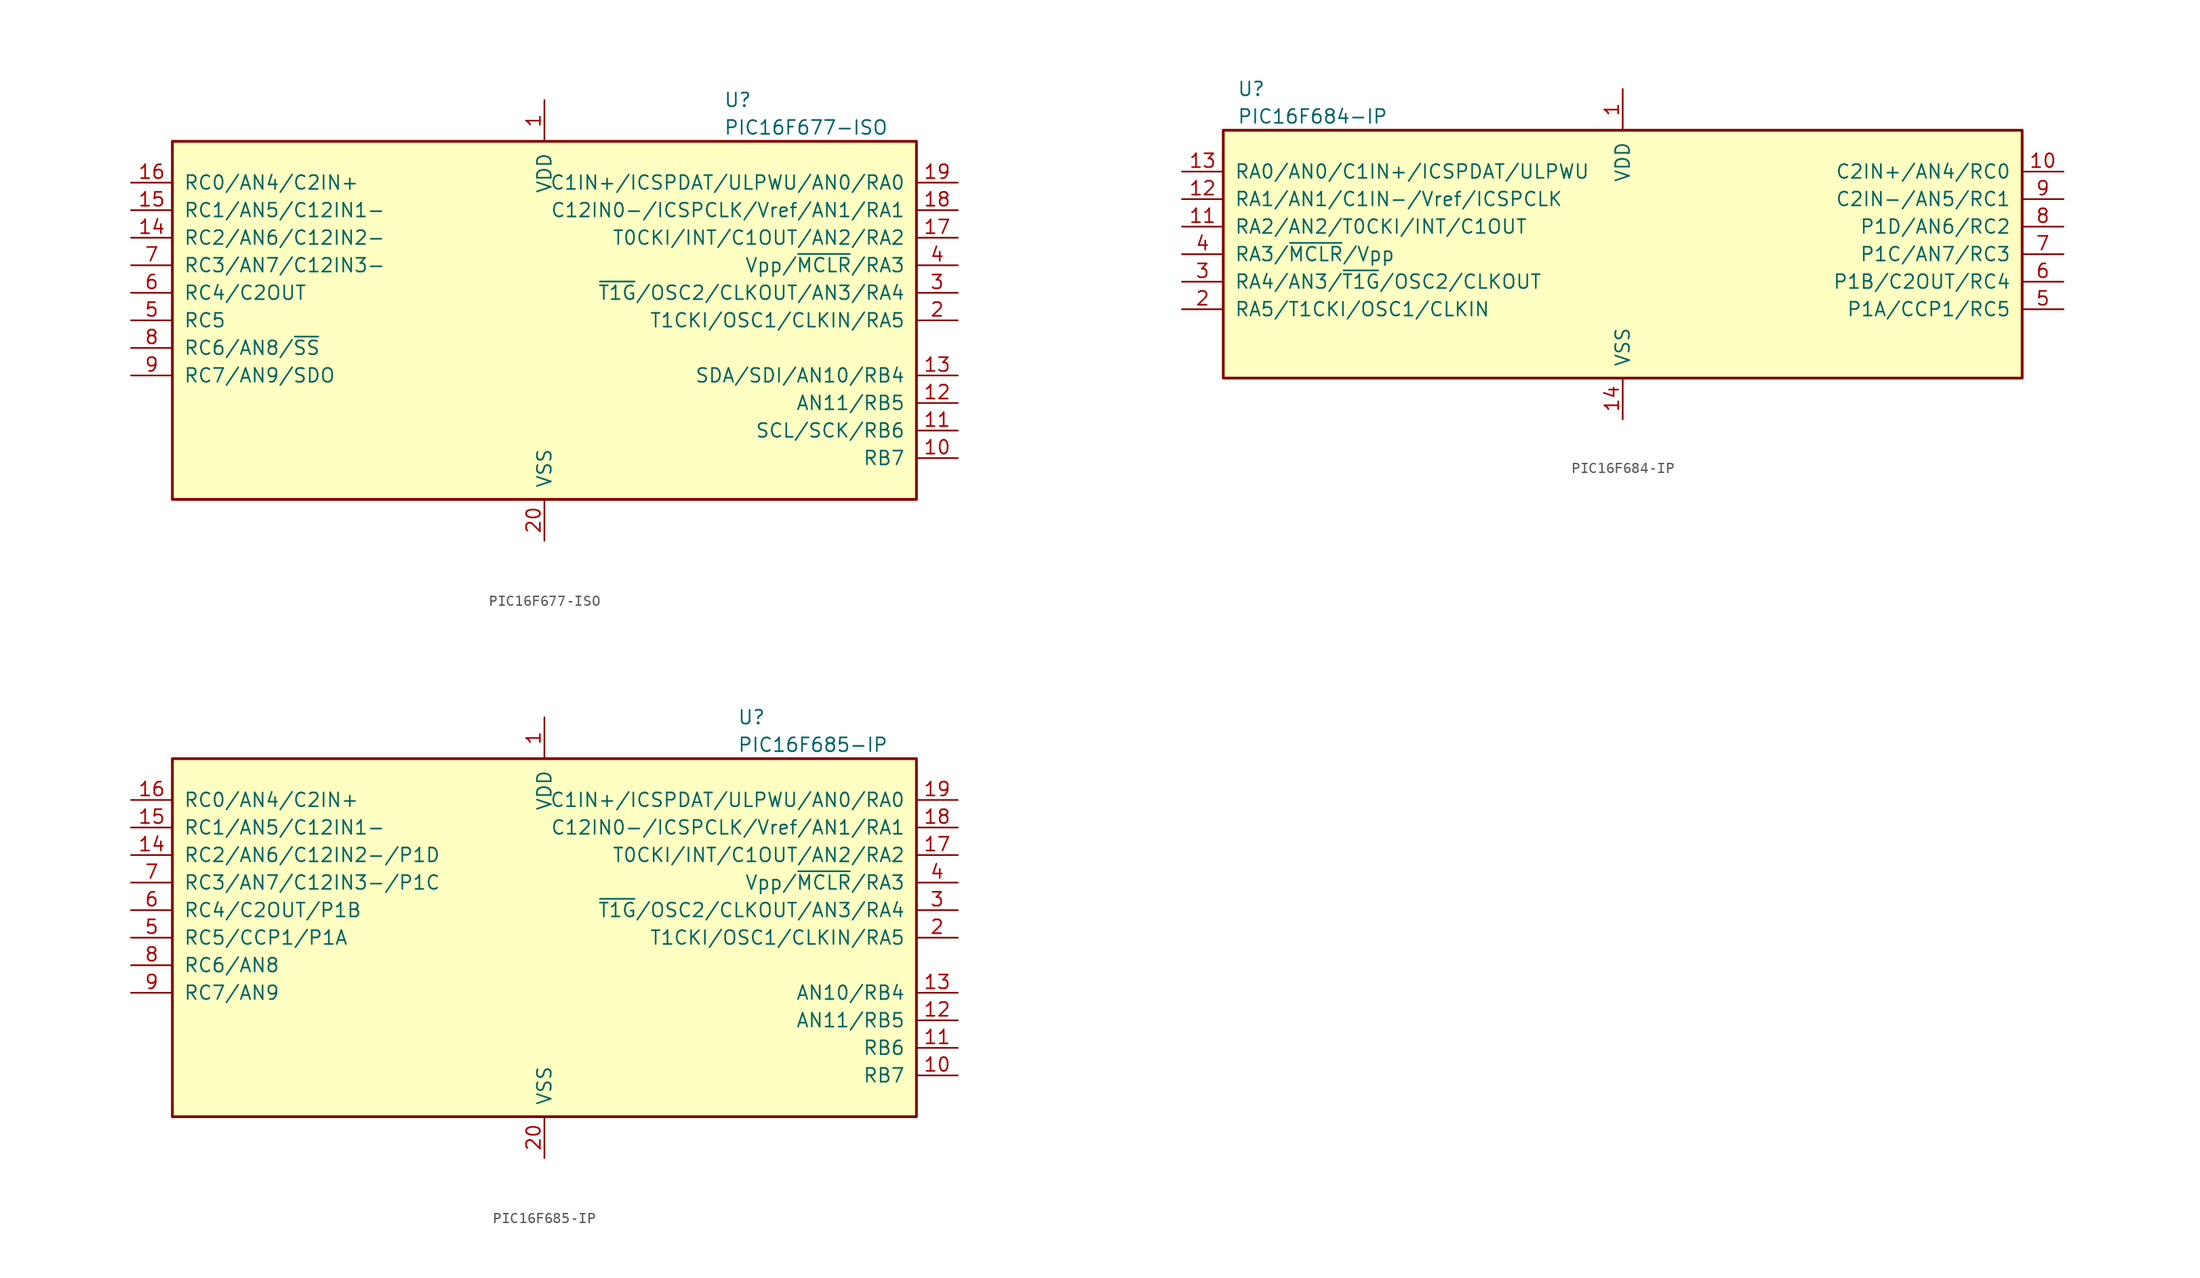
<source format=kicad_sym>
(kicad_symbol_lib
  (version 20201005)
  (generator kicad_symbol_editor)
  (symbol "PIC16F677-ISO"
    (pin_names
      (offset 1.016))
    (property "Reference" "U"
      (at 16.51 20.32 0)
      (effects (font (size 1.27 1.27)) (justify left)))
    (property "Value" "PIC16F677-ISO"
      (at 16.51 17.78 0)
      (effects (font (size 1.27 1.27)) (justify left)))
    (symbol "PIC16F677-ISO_0_1"
      (rectangle (start -34.29 16.51) (end 34.29 -16.51) (stroke (width 0.254)) (fill (type background))))
    (symbol "PIC16F677-ISO_1_1"
      (pin power_in line (at 0 20.32 270) (length 3.81) (name "VDD" (effects (font (size 1.27 1.27)))) (number "1" (effects (font (size 1.27 1.27)))))
      (pin bidirectional line (at 38.1 -12.7 180) (length 3.81) (name "RB7" (effects (font (size 1.27 1.27)))) (number "10" (effects (font (size 1.27 1.27)))))
      (pin bidirectional line (at 38.1 -10.16 180) (length 3.81) (name "SCL/SCK/RB6" (effects (font (size 1.27 1.27)))) (number "11" (effects (font (size 1.27 1.27)))))
      (pin bidirectional line (at 38.1 -7.62 180) (length 3.81) (name "AN11/RB5" (effects (font (size 1.27 1.27)))) (number "12" (effects (font (size 1.27 1.27)))))
      (pin bidirectional line (at 38.1 -5.08 180) (length 3.81) (name "SDA/SDI/AN10/RB4" (effects (font (size 1.27 1.27)))) (number "13" (effects (font (size 1.27 1.27)))))
      (pin bidirectional line (at -38.1 7.62 0) (length 3.81) (name "RC2/AN6/C12IN2-" (effects (font (size 1.27 1.27)))) (number "14" (effects (font (size 1.27 1.27)))))
      (pin bidirectional line (at -38.1 10.16 0) (length 3.81) (name "RC1/AN5/C12IN1-" (effects (font (size 1.27 1.27)))) (number "15" (effects (font (size 1.27 1.27)))))
      (pin bidirectional line (at -38.1 12.7 0) (length 3.81) (name "RC0/AN4/C2IN+" (effects (font (size 1.27 1.27)))) (number "16" (effects (font (size 1.27 1.27)))))
      (pin bidirectional line (at 38.1 7.62 180) (length 3.81) (name "T0CKI/INT/C1OUT/AN2/RA2" (effects (font (size 1.27 1.27)))) (number "17" (effects (font (size 1.27 1.27)))))
      (pin bidirectional line (at 38.1 10.16 180) (length 3.81) (name "C12IN0-/ICSPCLK/Vref/AN1/RA1" (effects (font (size 1.27 1.27)))) (number "18" (effects (font (size 1.27 1.27)))))
      (pin bidirectional line (at 38.1 12.7 180) (length 3.81) (name "C1IN+/ICSPDAT/ULPWU/AN0/RA0" (effects (font (size 1.27 1.27)))) (number "19" (effects (font (size 1.27 1.27)))))
      (pin bidirectional line (at 38.1 0 180) (length 3.81) (name "T1CKI/OSC1/CLKIN/RA5" (effects (font (size 1.27 1.27)))) (number "2" (effects (font (size 1.27 1.27)))))
      (pin power_in line (at 0 -20.32 90) (length 3.81) (name "VSS" (effects (font (size 1.27 1.27)))) (number "20" (effects (font (size 1.27 1.27)))))
      (pin bidirectional line (at 38.1 2.54 180) (length 3.81) (name "~T1G~/OSC2/CLKOUT/AN3/RA4" (effects (font (size 1.27 1.27)))) (number "3" (effects (font (size 1.27 1.27)))))
      (pin input line (at 38.1 5.08 180) (length 3.81) (name "Vpp/~MCLR~/RA3" (effects (font (size 1.27 1.27)))) (number "4" (effects (font (size 1.27 1.27)))))
      (pin bidirectional line (at -38.1 0 0) (length 3.81) (name "RC5" (effects (font (size 1.27 1.27)))) (number "5" (effects (font (size 1.27 1.27)))))
      (pin bidirectional line (at -38.1 2.54 0) (length 3.81) (name "RC4/C2OUT" (effects (font (size 1.27 1.27)))) (number "6" (effects (font (size 1.27 1.27)))))
      (pin bidirectional line (at -38.1 5.08 0) (length 3.81) (name "RC3/AN7/C12IN3-" (effects (font (size 1.27 1.27)))) (number "7" (effects (font (size 1.27 1.27)))))
      (pin bidirectional line (at -38.1 -2.54 0) (length 3.81) (name "RC6/AN8/~SS~" (effects (font (size 1.27 1.27)))) (number "8" (effects (font (size 1.27 1.27)))))
      (pin bidirectional line (at -38.1 -5.08 0) (length 3.81) (name "RC7/AN9/SDO" (effects (font (size 1.27 1.27)))) (number "9" (effects (font (size 1.27 1.27)))))))
  (symbol "PIC16F684-IP"
    (pin_names
      (offset 1.016))
    (property "Reference" "U"
      (at -35.56 15.24 0)
      (effects (font (size 1.27 1.27)) (justify left)))
    (property "Value" "PIC16F684-IP"
      (at -35.56 12.7 0)
      (effects (font (size 1.27 1.27)) (justify left)))
    (symbol "PIC16F684-IP_0_1"
      (rectangle (start -36.83 11.43) (end 36.83 -11.43) (stroke (width 0.254)) (fill (type background))))
    (symbol "PIC16F684-IP_1_1"
      (pin power_in line (at 0 15.24 270) (length 3.81) (name "VDD" (effects (font (size 1.27 1.27)))) (number "1" (effects (font (size 1.27 1.27)))))
      (pin bidirectional line (at 40.64 7.62 180) (length 3.81) (name "C2IN+/AN4/RC0" (effects (font (size 1.27 1.27)))) (number "10" (effects (font (size 1.27 1.27)))))
      (pin bidirectional line (at -40.64 2.54 0) (length 3.81) (name "RA2/AN2/T0CKI/INT/C1OUT" (effects (font (size 1.27 1.27)))) (number "11" (effects (font (size 1.27 1.27)))))
      (pin bidirectional line (at -40.64 5.08 0) (length 3.81) (name "RA1/AN1/C1IN-/Vref/ICSPCLK" (effects (font (size 1.27 1.27)))) (number "12" (effects (font (size 1.27 1.27)))))
      (pin bidirectional line (at -40.64 7.62 0) (length 3.81) (name "RA0/AN0/C1IN+/ICSPDAT/ULPWU" (effects (font (size 1.27 1.27)))) (number "13" (effects (font (size 1.27 1.27)))))
      (pin power_in line (at 0 -15.24 90) (length 3.81) (name "VSS" (effects (font (size 1.27 1.27)))) (number "14" (effects (font (size 1.27 1.27)))))
      (pin bidirectional line (at -40.64 -5.08 0) (length 3.81) (name "RA5/T1CKI/OSC1/CLKIN" (effects (font (size 1.27 1.27)))) (number "2" (effects (font (size 1.27 1.27)))))
      (pin bidirectional line (at -40.64 -2.54 0) (length 3.81) (name "RA4/AN3/~T1G~/OSC2/CLKOUT" (effects (font (size 1.27 1.27)))) (number "3" (effects (font (size 1.27 1.27)))))
      (pin input line (at -40.64 0 0) (length 3.81) (name "RA3/~MCLR~/Vpp" (effects (font (size 1.27 1.27)))) (number "4" (effects (font (size 1.27 1.27)))))
      (pin bidirectional line (at 40.64 -5.08 180) (length 3.81) (name "P1A/CCP1/RC5" (effects (font (size 1.27 1.27)))) (number "5" (effects (font (size 1.27 1.27)))))
      (pin bidirectional line (at 40.64 -2.54 180) (length 3.81) (name "P1B/C2OUT/RC4" (effects (font (size 1.27 1.27)))) (number "6" (effects (font (size 1.27 1.27)))))
      (pin bidirectional line (at 40.64 0 180) (length 3.81) (name "P1C/AN7/RC3" (effects (font (size 1.27 1.27)))) (number "7" (effects (font (size 1.27 1.27)))))
      (pin bidirectional line (at 40.64 2.54 180) (length 3.81) (name "P1D/AN6/RC2" (effects (font (size 1.27 1.27)))) (number "8" (effects (font (size 1.27 1.27)))))
      (pin bidirectional line (at 40.64 5.08 180) (length 3.81) (name "C2IN-/AN5/RC1" (effects (font (size 1.27 1.27)))) (number "9" (effects (font (size 1.27 1.27)))))))
  (symbol "PIC16F685-IP"
    (pin_names
      (offset 1.016))
    (property "Reference" "U"
      (at 17.78 20.32 0)
      (effects (font (size 1.27 1.27)) (justify left)))
    (property "Value" "PIC16F685-IP"
      (at 17.78 17.78 0)
      (effects (font (size 1.27 1.27)) (justify left)))
    (symbol "PIC16F685-IP_0_1"
      (rectangle (start -34.29 16.51) (end 34.29 -16.51) (stroke (width 0.254)) (fill (type background))))
    (symbol "PIC16F685-IP_1_1"
      (pin power_in line (at 0 20.32 270) (length 3.81) (name "VDD" (effects (font (size 1.27 1.27)))) (number "1" (effects (font (size 1.27 1.27)))))
      (pin bidirectional line (at 38.1 -12.7 180) (length 3.81) (name "RB7" (effects (font (size 1.27 1.27)))) (number "10" (effects (font (size 1.27 1.27)))))
      (pin bidirectional line (at 38.1 -10.16 180) (length 3.81) (name "RB6" (effects (font (size 1.27 1.27)))) (number "11" (effects (font (size 1.27 1.27)))))
      (pin bidirectional line (at 38.1 -7.62 180) (length 3.81) (name "AN11/RB5" (effects (font (size 1.27 1.27)))) (number "12" (effects (font (size 1.27 1.27)))))
      (pin bidirectional line (at 38.1 -5.08 180) (length 3.81) (name "AN10/RB4" (effects (font (size 1.27 1.27)))) (number "13" (effects (font (size 1.27 1.27)))))
      (pin bidirectional line (at -38.1 7.62 0) (length 3.81) (name "RC2/AN6/C12IN2-/P1D" (effects (font (size 1.27 1.27)))) (number "14" (effects (font (size 1.27 1.27)))))
      (pin bidirectional line (at -38.1 10.16 0) (length 3.81) (name "RC1/AN5/C12IN1-" (effects (font (size 1.27 1.27)))) (number "15" (effects (font (size 1.27 1.27)))))
      (pin bidirectional line (at -38.1 12.7 0) (length 3.81) (name "RC0/AN4/C2IN+" (effects (font (size 1.27 1.27)))) (number "16" (effects (font (size 1.27 1.27)))))
      (pin bidirectional line (at 38.1 7.62 180) (length 3.81) (name "T0CKI/INT/C1OUT/AN2/RA2" (effects (font (size 1.27 1.27)))) (number "17" (effects (font (size 1.27 1.27)))))
      (pin bidirectional line (at 38.1 10.16 180) (length 3.81) (name "C12IN0-/ICSPCLK/Vref/AN1/RA1" (effects (font (size 1.27 1.27)))) (number "18" (effects (font (size 1.27 1.27)))))
      (pin bidirectional line (at 38.1 12.7 180) (length 3.81) (name "C1IN+/ICSPDAT/ULPWU/AN0/RA0" (effects (font (size 1.27 1.27)))) (number "19" (effects (font (size 1.27 1.27)))))
      (pin bidirectional line (at 38.1 0 180) (length 3.81) (name "T1CKI/OSC1/CLKIN/RA5" (effects (font (size 1.27 1.27)))) (number "2" (effects (font (size 1.27 1.27)))))
      (pin power_in line (at 0 -20.32 90) (length 3.81) (name "VSS" (effects (font (size 1.27 1.27)))) (number "20" (effects (font (size 1.27 1.27)))))
      (pin bidirectional line (at 38.1 2.54 180) (length 3.81) (name "~T1G~/OSC2/CLKOUT/AN3/RA4" (effects (font (size 1.27 1.27)))) (number "3" (effects (font (size 1.27 1.27)))))
      (pin input line (at 38.1 5.08 180) (length 3.81) (name "Vpp/~MCLR~/RA3" (effects (font (size 1.27 1.27)))) (number "4" (effects (font (size 1.27 1.27)))))
      (pin bidirectional line (at -38.1 0 0) (length 3.81) (name "RC5/CCP1/P1A" (effects (font (size 1.27 1.27)))) (number "5" (effects (font (size 1.27 1.27)))))
      (pin bidirectional line (at -38.1 2.54 0) (length 3.81) (name "RC4/C2OUT/P1B" (effects (font (size 1.27 1.27)))) (number "6" (effects (font (size 1.27 1.27)))))
      (pin bidirectional line (at -38.1 5.08 0) (length 3.81) (name "RC3/AN7/C12IN3-/P1C" (effects (font (size 1.27 1.27)))) (number "7" (effects (font (size 1.27 1.27)))))
      (pin bidirectional line (at -38.1 -2.54 0) (length 3.81) (name "RC6/AN8" (effects (font (size 1.27 1.27)))) (number "8" (effects (font (size 1.27 1.27)))))
      (pin bidirectional line (at -38.1 -5.08 0) (length 3.81) (name "RC7/AN9" (effects (font (size 1.27 1.27)))) (number "9" (effects (font (size 1.27 1.27))))))))
</source>
